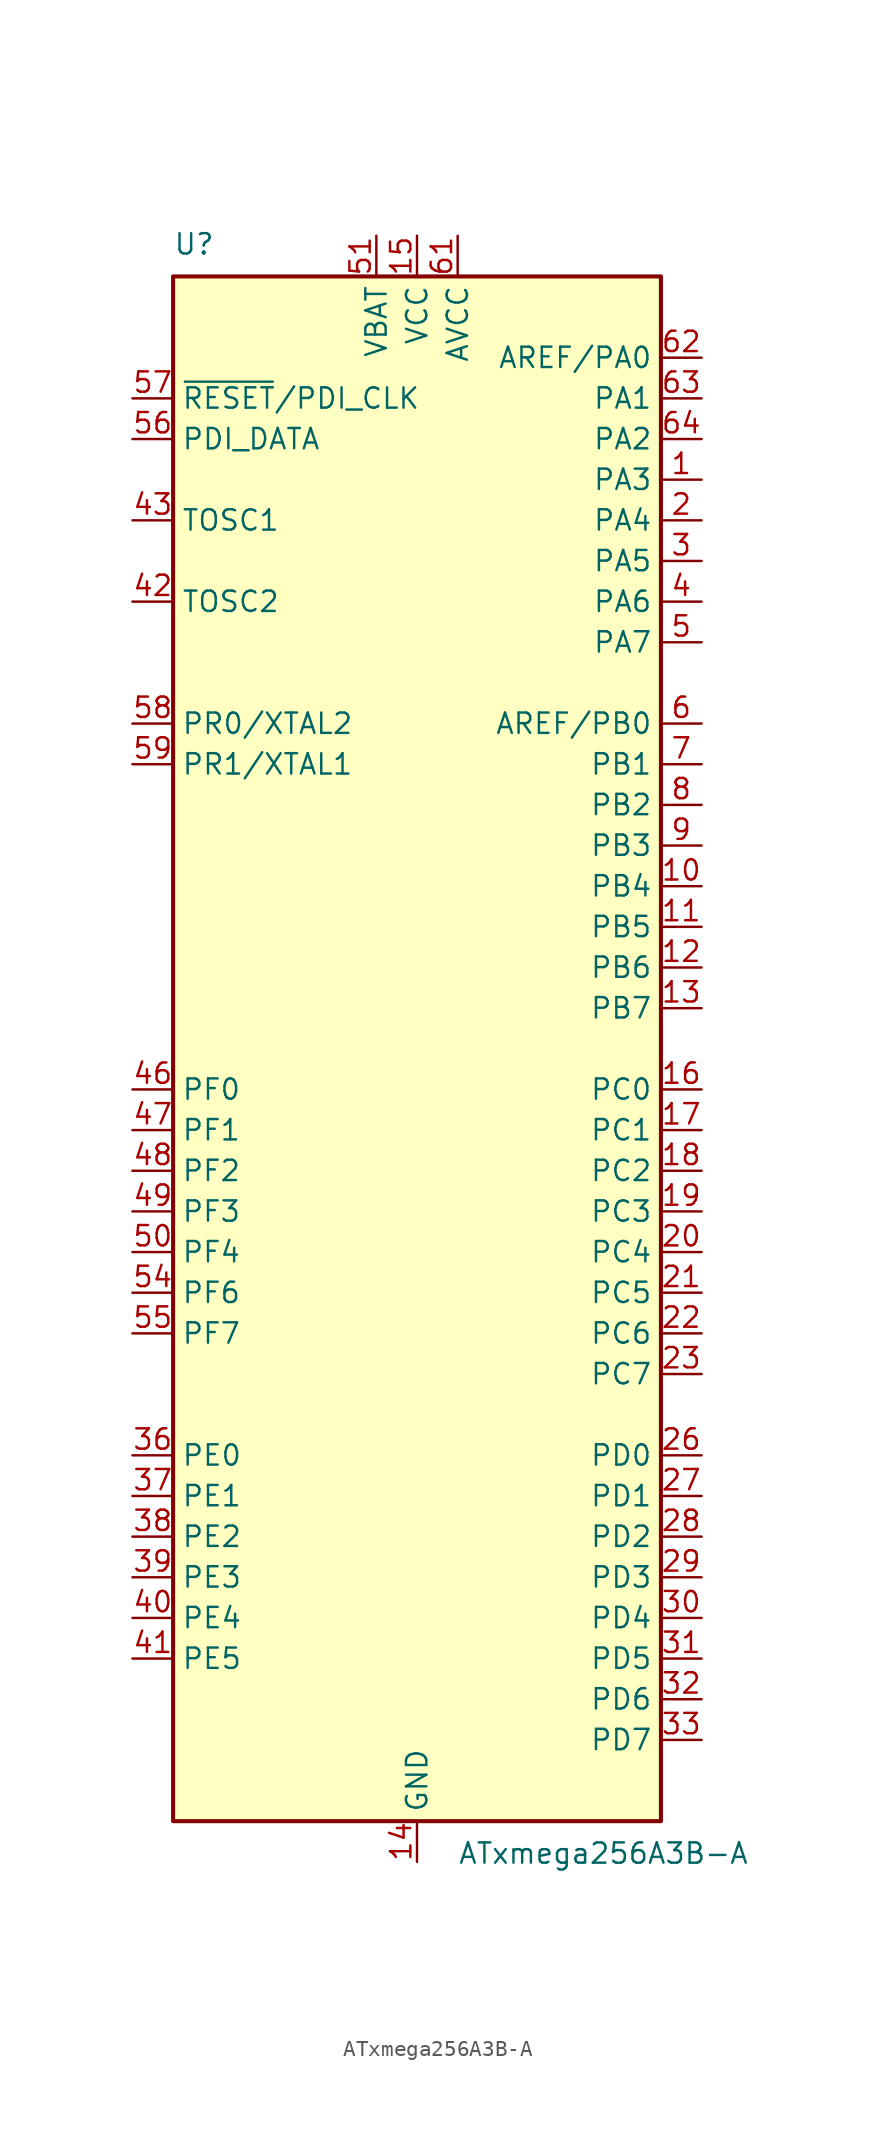
<source format=kicad_sym>
(kicad_symbol_lib
  (version 20241209)
  (generator "kicad_symbol_editor")
  (generator_version "9.0")
  (symbol "ATxmega256A3B-A"
    (property "Reference" "U"
      (at -15.24 49.53 0)
      (effects (font (size 1.27 1.27)) (justify left bottom)))
    (property "Value" "ATxmega256A3B-A"
      (at 2.54 -49.53 0)
      (effects (font (size 1.27 1.27)) (justify left top)))
    (symbol "ATxmega256A3B-A_0_1"
      (rectangle (start -15.24 -48.26) (end 15.24 48.26) (stroke (width 0.254) (type default)) (fill (type background))))
    (symbol "ATxmega256A3B-A_1_1"
      (pin input line (at -17.78 40.64 0) (length 2.54) (name "~{RESET}/PDI_CLK" (effects (font (size 1.27 1.27)))) (number "57" (effects (font (size 1.27 1.27)))))
      (pin bidirectional line (at -17.78 38.1 0) (length 2.54) (name "PDI_DATA" (effects (font (size 1.27 1.27)))) (number "56" (effects (font (size 1.27 1.27)))))
      (pin input line (at -17.78 33.02 0) (length 2.54) (name "TOSC1" (effects (font (size 1.27 1.27)))) (number "43" (effects (font (size 1.27 1.27)))))
      (pin passive line (at -17.78 27.94 0) (length 2.54) (name "TOSC2" (effects (font (size 1.27 1.27)))) (number "42" (effects (font (size 1.27 1.27)))))
      (pin bidirectional line (at -17.78 20.32 0) (length 2.54) (name "PR0/XTAL2" (effects (font (size 1.27 1.27)))) (number "58" (effects (font (size 1.27 1.27)))))
      (pin bidirectional line (at -17.78 17.78 0) (length 2.54) (name "PR1/XTAL1" (effects (font (size 1.27 1.27)))) (number "59" (effects (font (size 1.27 1.27)))))
      (pin bidirectional line (at -17.78 -2.54 0) (length 2.54) (name "PF0" (effects (font (size 1.27 1.27)))) (number "46" (effects (font (size 1.27 1.27)))))
      (pin bidirectional line (at -17.78 -5.08 0) (length 2.54) (name "PF1" (effects (font (size 1.27 1.27)))) (number "47" (effects (font (size 1.27 1.27)))))
      (pin bidirectional line (at -17.78 -7.62 0) (length 2.54) (name "PF2" (effects (font (size 1.27 1.27)))) (number "48" (effects (font (size 1.27 1.27)))))
      (pin bidirectional line (at -17.78 -10.16 0) (length 2.54) (name "PF3" (effects (font (size 1.27 1.27)))) (number "49" (effects (font (size 1.27 1.27)))))
      (pin bidirectional line (at -17.78 -12.7 0) (length 2.54) (name "PF4" (effects (font (size 1.27 1.27)))) (number "50" (effects (font (size 1.27 1.27)))))
      (pin bidirectional line (at -17.78 -15.24 0) (length 2.54) (name "PF6" (effects (font (size 1.27 1.27)))) (number "54" (effects (font (size 1.27 1.27)))))
      (pin bidirectional line (at -17.78 -17.78 0) (length 2.54) (name "PF7" (effects (font (size 1.27 1.27)))) (number "55" (effects (font (size 1.27 1.27)))))
      (pin bidirectional line (at -17.78 -25.4 0) (length 2.54) (name "PE0" (effects (font (size 1.27 1.27)))) (number "36" (effects (font (size 1.27 1.27)))))
      (pin bidirectional line (at -17.78 -27.94 0) (length 2.54) (name "PE1" (effects (font (size 1.27 1.27)))) (number "37" (effects (font (size 1.27 1.27)))))
      (pin bidirectional line (at -17.78 -30.48 0) (length 2.54) (name "PE2" (effects (font (size 1.27 1.27)))) (number "38" (effects (font (size 1.27 1.27)))))
      (pin bidirectional line (at -17.78 -33.02 0) (length 2.54) (name "PE3" (effects (font (size 1.27 1.27)))) (number "39" (effects (font (size 1.27 1.27)))))
      (pin bidirectional line (at -17.78 -35.56 0) (length 2.54) (name "PE4" (effects (font (size 1.27 1.27)))) (number "40" (effects (font (size 1.27 1.27)))))
      (pin bidirectional line (at -17.78 -38.1 0) (length 2.54) (name "PE5" (effects (font (size 1.27 1.27)))) (number "41" (effects (font (size 1.27 1.27)))))
      (pin power_in line (at -2.54 50.8 270) (length 2.54) (name "VBAT" (effects (font (size 1.27 1.27)))) (number "51" (effects (font (size 1.27 1.27)))))
      (pin power_in line (at 0 50.8 270) (length 2.54) (name "VCC" (effects (font (size 1.27 1.27)))) (number "15" (effects (font (size 1.27 1.27)))))
      (pin passive line (at 0 50.8 270) (length 2.54) (hide yes) (name "VCC" (effects (font (size 1.27 1.27)))) (number "25" (effects (font (size 1.27 1.27)))))
      (pin passive line (at 0 50.8 270) (length 2.54) (hide yes) (name "VCC" (effects (font (size 1.27 1.27)))) (number "35" (effects (font (size 1.27 1.27)))))
      (pin passive line (at 0 50.8 270) (length 2.54) (hide yes) (name "VCC" (effects (font (size 1.27 1.27)))) (number "45" (effects (font (size 1.27 1.27)))))
      (pin passive line (at 0 50.8 270) (length 2.54) (hide yes) (name "VCC" (effects (font (size 1.27 1.27)))) (number "53" (effects (font (size 1.27 1.27)))))
      (pin power_in line (at 0 -50.8 90) (length 2.54) (name "GND" (effects (font (size 1.27 1.27)))) (number "14" (effects (font (size 1.27 1.27)))))
      (pin passive line (at 0 -50.8 90) (length 2.54) (hide yes) (name "GND" (effects (font (size 1.27 1.27)))) (number "24" (effects (font (size 1.27 1.27)))))
      (pin passive line (at 0 -50.8 90) (length 2.54) (hide yes) (name "GND" (effects (font (size 1.27 1.27)))) (number "34" (effects (font (size 1.27 1.27)))))
      (pin passive line (at 0 -50.8 90) (length 2.54) (hide yes) (name "GND" (effects (font (size 1.27 1.27)))) (number "44" (effects (font (size 1.27 1.27)))))
      (pin passive line (at 0 -50.8 90) (length 2.54) (hide yes) (name "GND" (effects (font (size 1.27 1.27)))) (number "52" (effects (font (size 1.27 1.27)))))
      (pin passive line (at 0 -50.8 90) (length 2.54) (hide yes) (name "GND" (effects (font (size 1.27 1.27)))) (number "60" (effects (font (size 1.27 1.27)))))
      (pin power_in line (at 2.54 50.8 270) (length 2.54) (name "AVCC" (effects (font (size 1.27 1.27)))) (number "61" (effects (font (size 1.27 1.27)))))
      (pin bidirectional line (at 17.78 43.18 180) (length 2.54) (name "AREF/PA0" (effects (font (size 1.27 1.27)))) (number "62" (effects (font (size 1.27 1.27)))))
      (pin bidirectional line (at 17.78 40.64 180) (length 2.54) (name "PA1" (effects (font (size 1.27 1.27)))) (number "63" (effects (font (size 1.27 1.27)))))
      (pin bidirectional line (at 17.78 38.1 180) (length 2.54) (name "PA2" (effects (font (size 1.27 1.27)))) (number "64" (effects (font (size 1.27 1.27)))))
      (pin bidirectional line (at 17.78 35.56 180) (length 2.54) (name "PA3" (effects (font (size 1.27 1.27)))) (number "1" (effects (font (size 1.27 1.27)))))
      (pin bidirectional line (at 17.78 33.02 180) (length 2.54) (name "PA4" (effects (font (size 1.27 1.27)))) (number "2" (effects (font (size 1.27 1.27)))))
      (pin bidirectional line (at 17.78 30.48 180) (length 2.54) (name "PA5" (effects (font (size 1.27 1.27)))) (number "3" (effects (font (size 1.27 1.27)))))
      (pin bidirectional line (at 17.78 27.94 180) (length 2.54) (name "PA6" (effects (font (size 1.27 1.27)))) (number "4" (effects (font (size 1.27 1.27)))))
      (pin bidirectional line (at 17.78 25.4 180) (length 2.54) (name "PA7" (effects (font (size 1.27 1.27)))) (number "5" (effects (font (size 1.27 1.27)))))
      (pin bidirectional line (at 17.78 20.32 180) (length 2.54) (name "AREF/PB0" (effects (font (size 1.27 1.27)))) (number "6" (effects (font (size 1.27 1.27)))))
      (pin bidirectional line (at 17.78 17.78 180) (length 2.54) (name "PB1" (effects (font (size 1.27 1.27)))) (number "7" (effects (font (size 1.27 1.27)))))
      (pin bidirectional line (at 17.78 15.24 180) (length 2.54) (name "PB2" (effects (font (size 1.27 1.27)))) (number "8" (effects (font (size 1.27 1.27)))))
      (pin bidirectional line (at 17.78 12.7 180) (length 2.54) (name "PB3" (effects (font (size 1.27 1.27)))) (number "9" (effects (font (size 1.27 1.27)))))
      (pin bidirectional line (at 17.78 10.16 180) (length 2.54) (name "PB4" (effects (font (size 1.27 1.27)))) (number "10" (effects (font (size 1.27 1.27)))))
      (pin bidirectional line (at 17.78 7.62 180) (length 2.54) (name "PB5" (effects (font (size 1.27 1.27)))) (number "11" (effects (font (size 1.27 1.27)))))
      (pin bidirectional line (at 17.78 5.08 180) (length 2.54) (name "PB6" (effects (font (size 1.27 1.27)))) (number "12" (effects (font (size 1.27 1.27)))))
      (pin bidirectional line (at 17.78 2.54 180) (length 2.54) (name "PB7" (effects (font (size 1.27 1.27)))) (number "13" (effects (font (size 1.27 1.27)))))
      (pin bidirectional line (at 17.78 -2.54 180) (length 2.54) (name "PC0" (effects (font (size 1.27 1.27)))) (number "16" (effects (font (size 1.27 1.27)))))
      (pin bidirectional line (at 17.78 -5.08 180) (length 2.54) (name "PC1" (effects (font (size 1.27 1.27)))) (number "17" (effects (font (size 1.27 1.27)))))
      (pin bidirectional line (at 17.78 -7.62 180) (length 2.54) (name "PC2" (effects (font (size 1.27 1.27)))) (number "18" (effects (font (size 1.27 1.27)))))
      (pin bidirectional line (at 17.78 -10.16 180) (length 2.54) (name "PC3" (effects (font (size 1.27 1.27)))) (number "19" (effects (font (size 1.27 1.27)))))
      (pin bidirectional line (at 17.78 -12.7 180) (length 2.54) (name "PC4" (effects (font (size 1.27 1.27)))) (number "20" (effects (font (size 1.27 1.27)))))
      (pin bidirectional line (at 17.78 -15.24 180) (length 2.54) (name "PC5" (effects (font (size 1.27 1.27)))) (number "21" (effects (font (size 1.27 1.27)))))
      (pin bidirectional line (at 17.78 -17.78 180) (length 2.54) (name "PC6" (effects (font (size 1.27 1.27)))) (number "22" (effects (font (size 1.27 1.27)))))
      (pin bidirectional line (at 17.78 -20.32 180) (length 2.54) (name "PC7" (effects (font (size 1.27 1.27)))) (number "23" (effects (font (size 1.27 1.27)))))
      (pin bidirectional line (at 17.78 -25.4 180) (length 2.54) (name "PD0" (effects (font (size 1.27 1.27)))) (number "26" (effects (font (size 1.27 1.27)))))
      (pin bidirectional line (at 17.78 -27.94 180) (length 2.54) (name "PD1" (effects (font (size 1.27 1.27)))) (number "27" (effects (font (size 1.27 1.27)))))
      (pin bidirectional line (at 17.78 -30.48 180) (length 2.54) (name "PD2" (effects (font (size 1.27 1.27)))) (number "28" (effects (font (size 1.27 1.27)))))
      (pin bidirectional line (at 17.78 -33.02 180) (length 2.54) (name "PD3" (effects (font (size 1.27 1.27)))) (number "29" (effects (font (size 1.27 1.27)))))
      (pin bidirectional line (at 17.78 -35.56 180) (length 2.54) (name "PD4" (effects (font (size 1.27 1.27)))) (number "30" (effects (font (size 1.27 1.27)))))
      (pin bidirectional line (at 17.78 -38.1 180) (length 2.54) (name "PD5" (effects (font (size 1.27 1.27)))) (number "31" (effects (font (size 1.27 1.27)))))
      (pin bidirectional line (at 17.78 -40.64 180) (length 2.54) (name "PD6" (effects (font (size 1.27 1.27)))) (number "32" (effects (font (size 1.27 1.27)))))
      (pin bidirectional line (at 17.78 -43.18 180) (length 2.54) (name "PD7" (effects (font (size 1.27 1.27)))) (number "33" (effects (font (size 1.27 1.27))))))))
</source>
